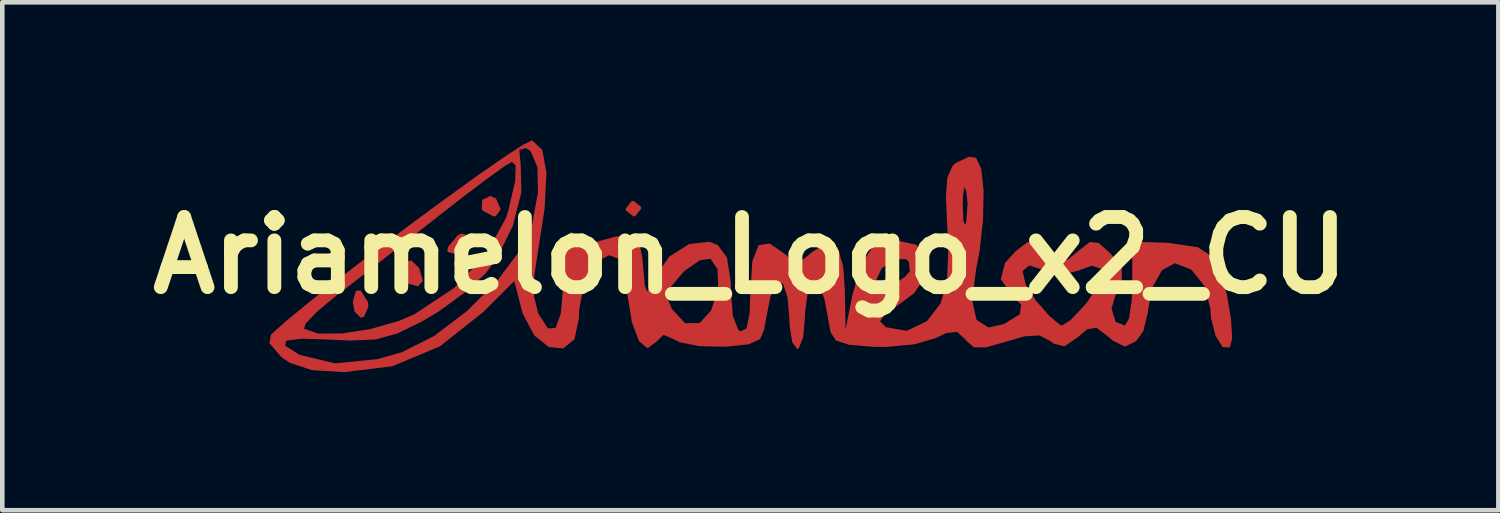
<source format=kicad_pcb>
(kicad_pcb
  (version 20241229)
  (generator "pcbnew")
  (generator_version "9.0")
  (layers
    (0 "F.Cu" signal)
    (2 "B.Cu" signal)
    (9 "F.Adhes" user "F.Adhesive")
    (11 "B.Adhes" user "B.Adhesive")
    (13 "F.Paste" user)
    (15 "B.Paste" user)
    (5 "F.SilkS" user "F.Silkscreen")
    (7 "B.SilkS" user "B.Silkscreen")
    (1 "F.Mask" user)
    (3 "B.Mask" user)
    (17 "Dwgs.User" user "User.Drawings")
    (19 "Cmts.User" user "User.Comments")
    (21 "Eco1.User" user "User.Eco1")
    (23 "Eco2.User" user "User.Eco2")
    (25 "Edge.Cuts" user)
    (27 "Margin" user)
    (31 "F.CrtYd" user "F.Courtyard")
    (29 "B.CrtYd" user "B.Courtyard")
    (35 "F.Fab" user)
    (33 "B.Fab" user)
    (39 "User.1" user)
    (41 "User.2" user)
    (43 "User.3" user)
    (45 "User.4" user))
  (footprint "Ariamelon_Logo_x2_CU"
    (layer "F.Cu")
    (at 13.252 2.499)
    (property "Reference" "Ariamelon_Logo_x2_CU" (at 0 0 0) (layer "F.SilkS") (effects (font (size 1.524 1.524) (thickness 0.3))))
    (attr board_only exclude_from_pos_files exclude_from_bom)
    (fp_poly (pts (xy -8.311 1.007) (xy -8.297 1.111) (xy -8.392 1.33) (xy -8.467 1.355) (xy -8.603 1.212) (xy -8.636 1.006) (xy -8.571 0.772) (xy -8.467 0.762)) (stroke (width 0) (type solid)) (fill yes) (layer "F.Cu"))
    (fp_poly (pts (xy -7.195 0.277) (xy -7.115 0.55) (xy -7.22 0.672) (xy -7.432 0.615) (xy -7.535 0.508) (xy -7.557 0.225) (xy -7.524 0.151) (xy -7.367 0.107)) (stroke (width 0) (type solid)) (fill yes) (layer "F.Cu"))
    (fp_poly (pts (xy -6.118 -0.43) (xy -6.128 -0.328) (xy -6.342 -0.071) (xy -6.424 -0.032) (xy -6.582 -0.078) (xy -6.572 -0.18) (xy -6.358 -0.437) (xy -6.276 -0.476)) (stroke (width 0) (type solid)) (fill yes) (layer "F.Cu"))
    (fp_poly (pts (xy -5.527 -1.237) (xy -5.422 -1.004) (xy -5.531 -0.853) (xy -5.578 -0.847) (xy -5.809 -0.969) (xy -5.835 -1.004) (xy -5.827 -1.205) (xy -5.648 -1.293)) (stroke (width 0) (type solid)) (fill yes) (layer "F.Cu"))
    (fp_poly (pts (xy -2.376 -1.056) (xy -2.371 -1.016) (xy -2.5 -0.852) (xy -2.54 -0.847) (xy -2.704 -0.976) (xy -2.709 -1.016) (xy -2.58 -1.18) (xy -2.54 -1.185)) (stroke (width 0) (type solid)) (fill yes) (layer "F.Cu"))
    (fp_poly (pts (xy -4.741 -2.499) (xy -4.521 -2.293) (xy -4.43 -1.794) (xy -4.47 -1.02) (xy -4.582 -0.296) (xy -4.691 0.413) (xy -4.7 0.896) (xy -4.61 1.253) (xy -4.598 1.28) (xy -4.397 1.587) (xy -4.233 1.576) (xy -4.118 1.263) (xy -4.066 0.668) (xy -4.064 0.498) (xy -4.038 -0.039) (xy -3.97 -0.403) (xy -3.895 -0.508) (xy -3.73 -0.383) (xy -3.725 -0.344) (xy -3.602 -0.233) (xy -3.514 -0.245) (xy -2.927 -0.41) (xy -2.586 -0.435) (xy -2.417 -0.29) (xy -2.347 0.053) (xy -2.333 0.211) (xy -2.293 0.651) (xy -2.245 0.787) (xy -2.156 0.652) (xy -2.073 0.464) (xy -1.759 0.025) (xy -1.33 -0.247) (xy -0.891 -0.297) (xy -0.707 -0.224) (xy -0.508 0.047) (xy -0.427 0.565) (xy -0.423 0.768) (xy -0.38 1.316) (xy -0.261 1.618) (xy -0.212 1.651) (xy -0.082 1.585) (xy -0.015 1.252) (xy 0 0.786) (xy 0.043 0.124) (xy 0.179 -0.221) (xy 0.416 -0.261) (xy 0.688 -0.075) (xy 0.951 0.124) (xy 1.155 0.083) (xy 1.344 -0.075) (xy 1.672 -0.276) (xy 1.893 -0.176) (xy 2.017 0.235) (xy 2.051 0.73) (xy 2.069 1.609) (xy 2.214 0.871) (xy 2.285 0.619) (xy 2.709 0.619) (xy 2.776 0.77) (xy 3.026 0.689) (xy 3.039 0.682) (xy 3.347 0.473) (xy 3.465 0.349) (xy 3.441 0.134) (xy 3.382 0.082) (xy 3.118 0.084) (xy 2.849 0.288) (xy 2.711 0.587) (xy 2.709 0.619) (xy 2.285 0.619) (xy 2.404 0.194) (xy 2.666 -0.193) (xy 3.036 -0.335) (xy 3.12 -0.339) (xy 3.606 -0.23) (xy 3.846 0.048) (xy 3.832 0.423) (xy 3.555 0.822) (xy 3.283 1.027) (xy 2.918 1.276) (xy 2.818 1.433) (xy 2.943 1.557) (xy 2.948 1.56) (xy 3.397 1.639) (xy 3.835 1.429) (xy 4.132 1.046) (xy 4.272 0.561) (xy 4.302 -0.163) (xy 4.279 -0.598) (xy 4.256 -1.101) (xy 4.615 -1.101) (xy 4.628 -0.752) (xy 4.667 -0.662) (xy 4.688 -0.718) (xy 4.72 -1.124) (xy 4.692 -1.395) (xy 4.647 -1.489) (xy 4.619 -1.285) (xy 4.615 -1.101) (xy 4.256 -1.101) (xy 4.248 -1.269) (xy 4.279 -1.686) (xy 4.384 -1.932) (xy 4.46 -2.009) (xy 4.753 -2.144) (xy 4.903 -2.121) (xy 5.016 -1.882) (xy 5.067 -1.403) (xy 5.055 -0.78) (xy 4.982 -0.107) (xy 4.904 0.303) (xy 4.818 0.972) (xy 4.913 1.4) (xy 5.176 1.566) (xy 5.507 1.492) (xy 5.853 1.282) (xy 5.884 1.073) (xy 5.673 0.847) (xy 5.44 0.517) (xy 5.487 0.34) (xy 5.913 0.34) (xy 5.987 0.648) (xy 6.199 0.976) (xy 6.501 1.319) (xy 6.73 1.51) (xy 6.773 1.524) (xy 6.959 1.402) (xy 7.248 1.098) (xy 7.347 0.976) (xy 7.6 0.557) (xy 7.618 0.291) (xy 7.417 0.222) (xy 7.13 0.329) (xy 6.714 0.432) (xy 6.416 0.329) (xy 6.061 0.218) (xy 5.913 0.34) (xy 5.487 0.34) (xy 5.534 0.162) (xy 5.757 -0.085) (xy 6.024 -0.29) (xy 6.224 -0.259) (xy 6.435 -0.085) (xy 6.699 0.12) (xy 6.9 0.091) (xy 7.118 -0.09) (xy 7.376 -0.292) (xy 7.568 -0.271) (xy 7.827 -0.038) (xy 8.068 0.26) (xy 8.071 0.524) (xy 7.97 0.74) (xy 7.847 1.152) (xy 7.934 1.442) (xy 8.138 1.524) (xy 8.226 1.371) (xy 8.284 0.977) (xy 8.297 0.612) (xy 8.297 -0.299) (xy 9.076 -0.273) (xy 9.719 -0.179) (xy 10.073 0.053) (xy 10.224 0.381) (xy 10.354 0.863) (xy 10.442 1.377) (xy 10.467 1.8) (xy 10.417 2) (xy 10.26 1.992) (xy 10.107 1.746) (xy 10.008 1.359) (xy 9.993 1.155) (xy 9.874 0.677) (xy 9.582 0.309) (xy 9.223 0.169) (xy 8.943 0.321) (xy 8.728 0.703) (xy 8.636 1.208) (xy 8.636 1.238) (xy 8.536 1.648) (xy 8.379 1.865) (xy 8.136 1.981) (xy 7.872 1.85) (xy 7.786 1.775) (xy 7.521 1.571) (xy 7.319 1.605) (xy 7.115 1.775) (xy 6.827 1.973) (xy 6.594 1.919) (xy 6.517 1.861) (xy 6.279 1.738) (xy 5.951 1.759) (xy 5.563 1.871) (xy 5.111 2) (xy 4.858 1.996) (xy 4.69 1.852) (xy 4.674 1.83) (xy 4.49 1.659) (xy 4.246 1.69) (xy 4.031 1.794) (xy 3.573 1.93) (xy 2.945 1.989) (xy 2.684 1.986) (xy 2.145 1.942) (xy 1.859 1.848) (xy 1.744 1.671) (xy 1.731 1.608) (xy 1.616 0.978) (xy 1.501 0.649) (xy 1.372 0.584) (xy 1.35 0.596) (xy 1.245 0.816) (xy 1.188 1.235) (xy 1.185 1.365) (xy 1.147 1.785) (xy 1.052 2.016) (xy 1.016 2.032) (xy 0.909 1.882) (xy 0.851 1.508) (xy 0.847 1.365) (xy 0.808 0.915) (xy 0.714 0.627) (xy 0.682 0.596) (xy 0.549 0.623) (xy 0.433 0.911) (xy 0.318 1.495) (xy 0.301 1.609) (xy 0.21 1.82) (xy -0.039 1.932) (xy -0.533 1.983) (xy -0.582 1.985) (xy -1.119 1.97) (xy -1.534 1.887) (xy -1.652 1.827) (xy -1.887 1.726) (xy -2.038 1.872) (xy -2.232 2.017) (xy -2.419 1.863) (xy -2.575 1.446) (xy -2.652 0.966) (xy -1.787 0.966) (xy -1.705 1.164) (xy -1.416 1.474) (xy -1.099 1.468) (xy -0.853 1.196) (xy -0.698 0.727) (xy -0.714 0.302) (xy -0.864 0.074) (xy -1.095 0.104) (xy -1.42 0.329) (xy -1.474 0.381) (xy -1.748 0.707) (xy -1.787 0.966) (xy -2.652 0.966) (xy -2.67 0.857) (xy -2.743 0.336) (xy -2.858 0.077) (xy -3.049 0.000498) (xy -3.074 0) (xy -3.379 0.155) (xy -3.606 0.572) (xy -3.719 1.174) (xy -3.725 1.371) (xy -3.822 1.82) (xy -4.064 2.022) (xy -4.379 1.99) (xy -4.696 1.737) (xy -4.941 1.274) (xy -4.977 1.15) (xy -5.128 0.556) (xy -5.796 1.224) (xy -6.744 1.976) (xy -7.777 2.408) (xy -8.829 2.536) (xy -9.532 2.491) (xy -10.011 2.331) (xy -10.184 2.213) (xy -10.403 1.961) (xy -10.108 1.961) (xy -9.822 2.143) (xy -9.779 2.164) (xy -9.023 2.345) (xy -8.094 2.252) (xy -7.569 2.102) (xy -6.879 1.756) (xy -6.165 1.216) (xy -5.512 0.567) (xy -5.005 -0.108) (xy -4.739 -0.686) (xy -4.614 -1.372) (xy -4.628 -1.924) (xy -4.775 -2.268) (xy -4.876 -2.332) (xy -5.02 -2.291) (xy -4.991 -1.988) (xy -4.99 -1.987) (xy -4.974 -1.373) (xy -5.157 -0.652) (xy -5.497 0.046) (xy -5.753 0.392) (xy -6.191 0.797) (xy -6.772 1.219) (xy -7.115 1.425) (xy -7.668 1.696) (xy -8.141 1.826) (xy -8.697 1.85) (xy -9.074 1.831) (xy -9.742 1.809) (xy -10.084 1.851) (xy -10.108 1.961) (xy -10.403 1.961) (xy -10.448 1.909) (xy -10.414 1.719) (xy -10.271 1.591) (xy -9.698 1.591) (xy -9.393 1.697) (xy -8.877 1.696) (xy -8.258 1.601) (xy -7.64 1.425) (xy -7.303 1.281) (xy -6.433 0.705) (xy -5.744 -0.02) (xy -5.308 -0.816) (xy -5.26 -0.969) (xy -5.11 -1.61) (xy -5.099 -1.957) (xy -5.181 -2.032) (xy -5.347 -1.933) (xy -5.719 -1.666) (xy -6.24 -1.273) (xy -6.747 -0.877) (xy -7.447 -0.328) (xy -8.143 0.215) (xy -8.735 0.675) (xy -9.007 0.883) (xy -9.412 1.22) (xy -9.659 1.48) (xy -9.698 1.591) (xy -10.271 1.591) (xy -10.084 1.424) (xy -9.57 1.003) (xy -8.92 0.492) (xy -8.184 -0.072) (xy -7.413 -0.652) (xy -6.654 -1.211) (xy -5.959 -1.712) (xy -5.377 -2.118) (xy -4.957 -2.393) (xy -4.749 -2.499)) (stroke (width 0) (type solid)) (fill yes) (layer "F.Cu"))
    (fp_poly (pts (xy -8.311 1.007) (xy -8.297 1.111) (xy -8.392 1.33) (xy -8.467 1.355) (xy -8.603 1.212) (xy -8.636 1.006) (xy -8.571 0.772) (xy -8.467 0.762)) (stroke (width 0) (type solid)) (fill yes) (layer "F.Mask"))
    (fp_poly (pts (xy -7.195 0.277) (xy -7.115 0.55) (xy -7.22 0.672) (xy -7.432 0.615) (xy -7.535 0.508) (xy -7.557 0.225) (xy -7.524 0.151) (xy -7.367 0.107)) (stroke (width 0) (type solid)) (fill yes) (layer "F.Mask"))
    (fp_poly (pts (xy -6.118 -0.43) (xy -6.128 -0.328) (xy -6.342 -0.071) (xy -6.424 -0.032) (xy -6.582 -0.078) (xy -6.572 -0.18) (xy -6.358 -0.437) (xy -6.276 -0.476)) (stroke (width 0) (type solid)) (fill yes) (layer "F.Mask"))
    (fp_poly (pts (xy -5.527 -1.237) (xy -5.422 -1.004) (xy -5.531 -0.853) (xy -5.578 -0.847) (xy -5.809 -0.969) (xy -5.835 -1.004) (xy -5.827 -1.205) (xy -5.648 -1.293)) (stroke (width 0) (type solid)) (fill yes) (layer "F.Mask"))
    (fp_poly (pts (xy -2.376 -1.056) (xy -2.371 -1.016) (xy -2.5 -0.852) (xy -2.54 -0.847) (xy -2.704 -0.976) (xy -2.709 -1.016) (xy -2.58 -1.18) (xy -2.54 -1.185)) (stroke (width 0) (type solid)) (fill yes) (layer "F.Mask"))
    (fp_poly (pts (xy -4.741 -2.499) (xy -4.521 -2.293) (xy -4.43 -1.794) (xy -4.47 -1.02) (xy -4.582 -0.296) (xy -4.691 0.413) (xy -4.7 0.896) (xy -4.61 1.253) (xy -4.598 1.28) (xy -4.397 1.587) (xy -4.233 1.576) (xy -4.118 1.263) (xy -4.066 0.668) (xy -4.064 0.498) (xy -4.038 -0.039) (xy -3.97 -0.403) (xy -3.895 -0.508) (xy -3.73 -0.383) (xy -3.725 -0.344) (xy -3.602 -0.233) (xy -3.514 -0.245) (xy -2.927 -0.41) (xy -2.586 -0.435) (xy -2.417 -0.29) (xy -2.347 0.053) (xy -2.333 0.211) (xy -2.293 0.651) (xy -2.245 0.787) (xy -2.156 0.652) (xy -2.073 0.464) (xy -1.759 0.025) (xy -1.33 -0.247) (xy -0.891 -0.297) (xy -0.707 -0.224) (xy -0.508 0.047) (xy -0.427 0.565) (xy -0.423 0.768) (xy -0.38 1.316) (xy -0.261 1.618) (xy -0.212 1.651) (xy -0.082 1.585) (xy -0.015 1.252) (xy 0 0.786) (xy 0.043 0.124) (xy 0.179 -0.221) (xy 0.416 -0.261) (xy 0.688 -0.075) (xy 0.951 0.124) (xy 1.155 0.083) (xy 1.344 -0.075) (xy 1.672 -0.276) (xy 1.893 -0.176) (xy 2.017 0.235) (xy 2.051 0.73) (xy 2.069 1.609) (xy 2.214 0.871) (xy 2.285 0.619) (xy 2.709 0.619) (xy 2.776 0.77) (xy 3.026 0.689) (xy 3.039 0.682) (xy 3.347 0.473) (xy 3.465 0.349) (xy 3.441 0.134) (xy 3.382 0.082) (xy 3.118 0.084) (xy 2.849 0.288) (xy 2.711 0.587) (xy 2.709 0.619) (xy 2.285 0.619) (xy 2.404 0.194) (xy 2.666 -0.193) (xy 3.036 -0.335) (xy 3.12 -0.339) (xy 3.606 -0.23) (xy 3.846 0.048) (xy 3.832 0.423) (xy 3.555 0.822) (xy 3.283 1.027) (xy 2.918 1.276) (xy 2.818 1.433) (xy 2.943 1.557) (xy 2.948 1.56) (xy 3.397 1.639) (xy 3.835 1.429) (xy 4.132 1.046) (xy 4.272 0.561) (xy 4.302 -0.163) (xy 4.279 -0.598) (xy 4.256 -1.101) (xy 4.615 -1.101) (xy 4.628 -0.752) (xy 4.667 -0.662) (xy 4.688 -0.718) (xy 4.72 -1.124) (xy 4.692 -1.395) (xy 4.647 -1.489) (xy 4.619 -1.285) (xy 4.615 -1.101) (xy 4.256 -1.101) (xy 4.248 -1.269) (xy 4.279 -1.686) (xy 4.384 -1.932) (xy 4.46 -2.009) (xy 4.753 -2.144) (xy 4.903 -2.121) (xy 5.016 -1.882) (xy 5.067 -1.403) (xy 5.055 -0.78) (xy 4.982 -0.107) (xy 4.904 0.303) (xy 4.818 0.972) (xy 4.913 1.4) (xy 5.176 1.566) (xy 5.507 1.492) (xy 5.853 1.282) (xy 5.884 1.073) (xy 5.673 0.847) (xy 5.44 0.517) (xy 5.487 0.34) (xy 5.913 0.34) (xy 5.987 0.648) (xy 6.199 0.976) (xy 6.501 1.319) (xy 6.73 1.51) (xy 6.773 1.524) (xy 6.959 1.402) (xy 7.248 1.098) (xy 7.347 0.976) (xy 7.6 0.557) (xy 7.618 0.291) (xy 7.417 0.222) (xy 7.13 0.329) (xy 6.714 0.432) (xy 6.416 0.329) (xy 6.061 0.218) (xy 5.913 0.34) (xy 5.487 0.34) (xy 5.534 0.162) (xy 5.757 -0.085) (xy 6.024 -0.29) (xy 6.224 -0.259) (xy 6.435 -0.085) (xy 6.699 0.12) (xy 6.9 0.091) (xy 7.118 -0.09) (xy 7.376 -0.292) (xy 7.568 -0.271) (xy 7.827 -0.038) (xy 8.068 0.26) (xy 8.071 0.524) (xy 7.97 0.74) (xy 7.847 1.152) (xy 7.934 1.442) (xy 8.138 1.524) (xy 8.226 1.371) (xy 8.284 0.977) (xy 8.297 0.612) (xy 8.297 -0.299) (xy 9.076 -0.273) (xy 9.719 -0.179) (xy 10.073 0.053) (xy 10.224 0.381) (xy 10.354 0.863) (xy 10.442 1.377) (xy 10.467 1.8) (xy 10.417 2) (xy 10.26 1.992) (xy 10.107 1.746) (xy 10.008 1.359) (xy 9.993 1.155) (xy 9.874 0.677) (xy 9.582 0.309) (xy 9.223 0.169) (xy 8.943 0.321) (xy 8.728 0.703) (xy 8.636 1.208) (xy 8.636 1.238) (xy 8.536 1.648) (xy 8.379 1.865) (xy 8.136 1.981) (xy 7.872 1.85) (xy 7.786 1.775) (xy 7.521 1.571) (xy 7.319 1.605) (xy 7.115 1.775) (xy 6.827 1.973) (xy 6.594 1.919) (xy 6.517 1.861) (xy 6.279 1.738) (xy 5.951 1.759) (xy 5.563 1.871) (xy 5.111 2) (xy 4.858 1.996) (xy 4.69 1.852) (xy 4.674 1.83) (xy 4.49 1.659) (xy 4.246 1.69) (xy 4.031 1.794) (xy 3.573 1.93) (xy 2.945 1.989) (xy 2.684 1.986) (xy 2.145 1.942) (xy 1.859 1.848) (xy 1.744 1.671) (xy 1.731 1.608) (xy 1.616 0.978) (xy 1.501 0.649) (xy 1.372 0.584) (xy 1.35 0.596) (xy 1.245 0.816) (xy 1.188 1.235) (xy 1.185 1.365) (xy 1.147 1.785) (xy 1.052 2.016) (xy 1.016 2.032) (xy 0.909 1.882) (xy 0.851 1.508) (xy 0.847 1.365) (xy 0.808 0.915) (xy 0.714 0.627) (xy 0.682 0.596) (xy 0.549 0.623) (xy 0.433 0.911) (xy 0.318 1.495) (xy 0.301 1.609) (xy 0.21 1.82) (xy -0.039 1.932) (xy -0.533 1.983) (xy -0.582 1.985) (xy -1.119 1.97) (xy -1.534 1.887) (xy -1.652 1.827) (xy -1.887 1.726) (xy -2.038 1.872) (xy -2.232 2.017) (xy -2.419 1.863) (xy -2.575 1.446) (xy -2.652 0.966) (xy -1.787 0.966) (xy -1.705 1.164) (xy -1.416 1.474) (xy -1.099 1.468) (xy -0.853 1.196) (xy -0.698 0.727) (xy -0.714 0.302) (xy -0.864 0.074) (xy -1.095 0.104) (xy -1.42 0.329) (xy -1.474 0.381) (xy -1.748 0.707) (xy -1.787 0.966) (xy -2.652 0.966) (xy -2.67 0.857) (xy -2.743 0.336) (xy -2.858 0.077) (xy -3.049 0.000498) (xy -3.074 0) (xy -3.379 0.155) (xy -3.606 0.572) (xy -3.719 1.174) (xy -3.725 1.371) (xy -3.822 1.82) (xy -4.064 2.022) (xy -4.379 1.99) (xy -4.696 1.737) (xy -4.941 1.274) (xy -4.977 1.15) (xy -5.128 0.556) (xy -5.796 1.224) (xy -6.744 1.976) (xy -7.777 2.408) (xy -8.829 2.536) (xy -9.532 2.491) (xy -10.011 2.331) (xy -10.184 2.213) (xy -10.403 1.961) (xy -10.108 1.961) (xy -9.822 2.143) (xy -9.779 2.164) (xy -9.023 2.345) (xy -8.094 2.252) (xy -7.569 2.102) (xy -6.879 1.756) (xy -6.165 1.216) (xy -5.512 0.567) (xy -5.005 -0.108) (xy -4.739 -0.686) (xy -4.614 -1.372) (xy -4.628 -1.924) (xy -4.775 -2.268) (xy -4.876 -2.332) (xy -5.02 -2.291) (xy -4.991 -1.988) (xy -4.99 -1.987) (xy -4.974 -1.373) (xy -5.157 -0.652) (xy -5.497 0.046) (xy -5.753 0.392) (xy -6.191 0.797) (xy -6.772 1.219) (xy -7.115 1.425) (xy -7.668 1.696) (xy -8.141 1.826) (xy -8.697 1.85) (xy -9.074 1.831) (xy -9.742 1.809) (xy -10.084 1.851) (xy -10.108 1.961) (xy -10.403 1.961) (xy -10.448 1.909) (xy -10.414 1.719) (xy -10.271 1.591) (xy -9.698 1.591) (xy -9.393 1.697) (xy -8.877 1.696) (xy -8.258 1.601) (xy -7.64 1.425) (xy -7.303 1.281) (xy -6.433 0.705) (xy -5.744 -0.02) (xy -5.308 -0.816) (xy -5.26 -0.969) (xy -5.11 -1.61) (xy -5.099 -1.957) (xy -5.181 -2.032) (xy -5.347 -1.933) (xy -5.719 -1.666) (xy -6.24 -1.273) (xy -6.747 -0.877) (xy -7.447 -0.328) (xy -8.143 0.215) (xy -8.735 0.675) (xy -9.007 0.883) (xy -9.412 1.22) (xy -9.659 1.48) (xy -9.698 1.591) (xy -10.271 1.591) (xy -10.084 1.424) (xy -9.57 1.003) (xy -8.92 0.492) (xy -8.184 -0.072) (xy -7.413 -0.652) (xy -6.654 -1.211) (xy -5.959 -1.712) (xy -5.377 -2.118) (xy -4.957 -2.393) (xy -4.749 -2.499)) (stroke (width 0) (type solid)) (fill yes) (layer "F.Mask")))
  (gr_rect
    (start -3 -3)
    (end 29.503 8.035)
    (stroke (width 0.1) (type default))
    (fill no)
    (layer "Edge.Cuts")))
</source>
